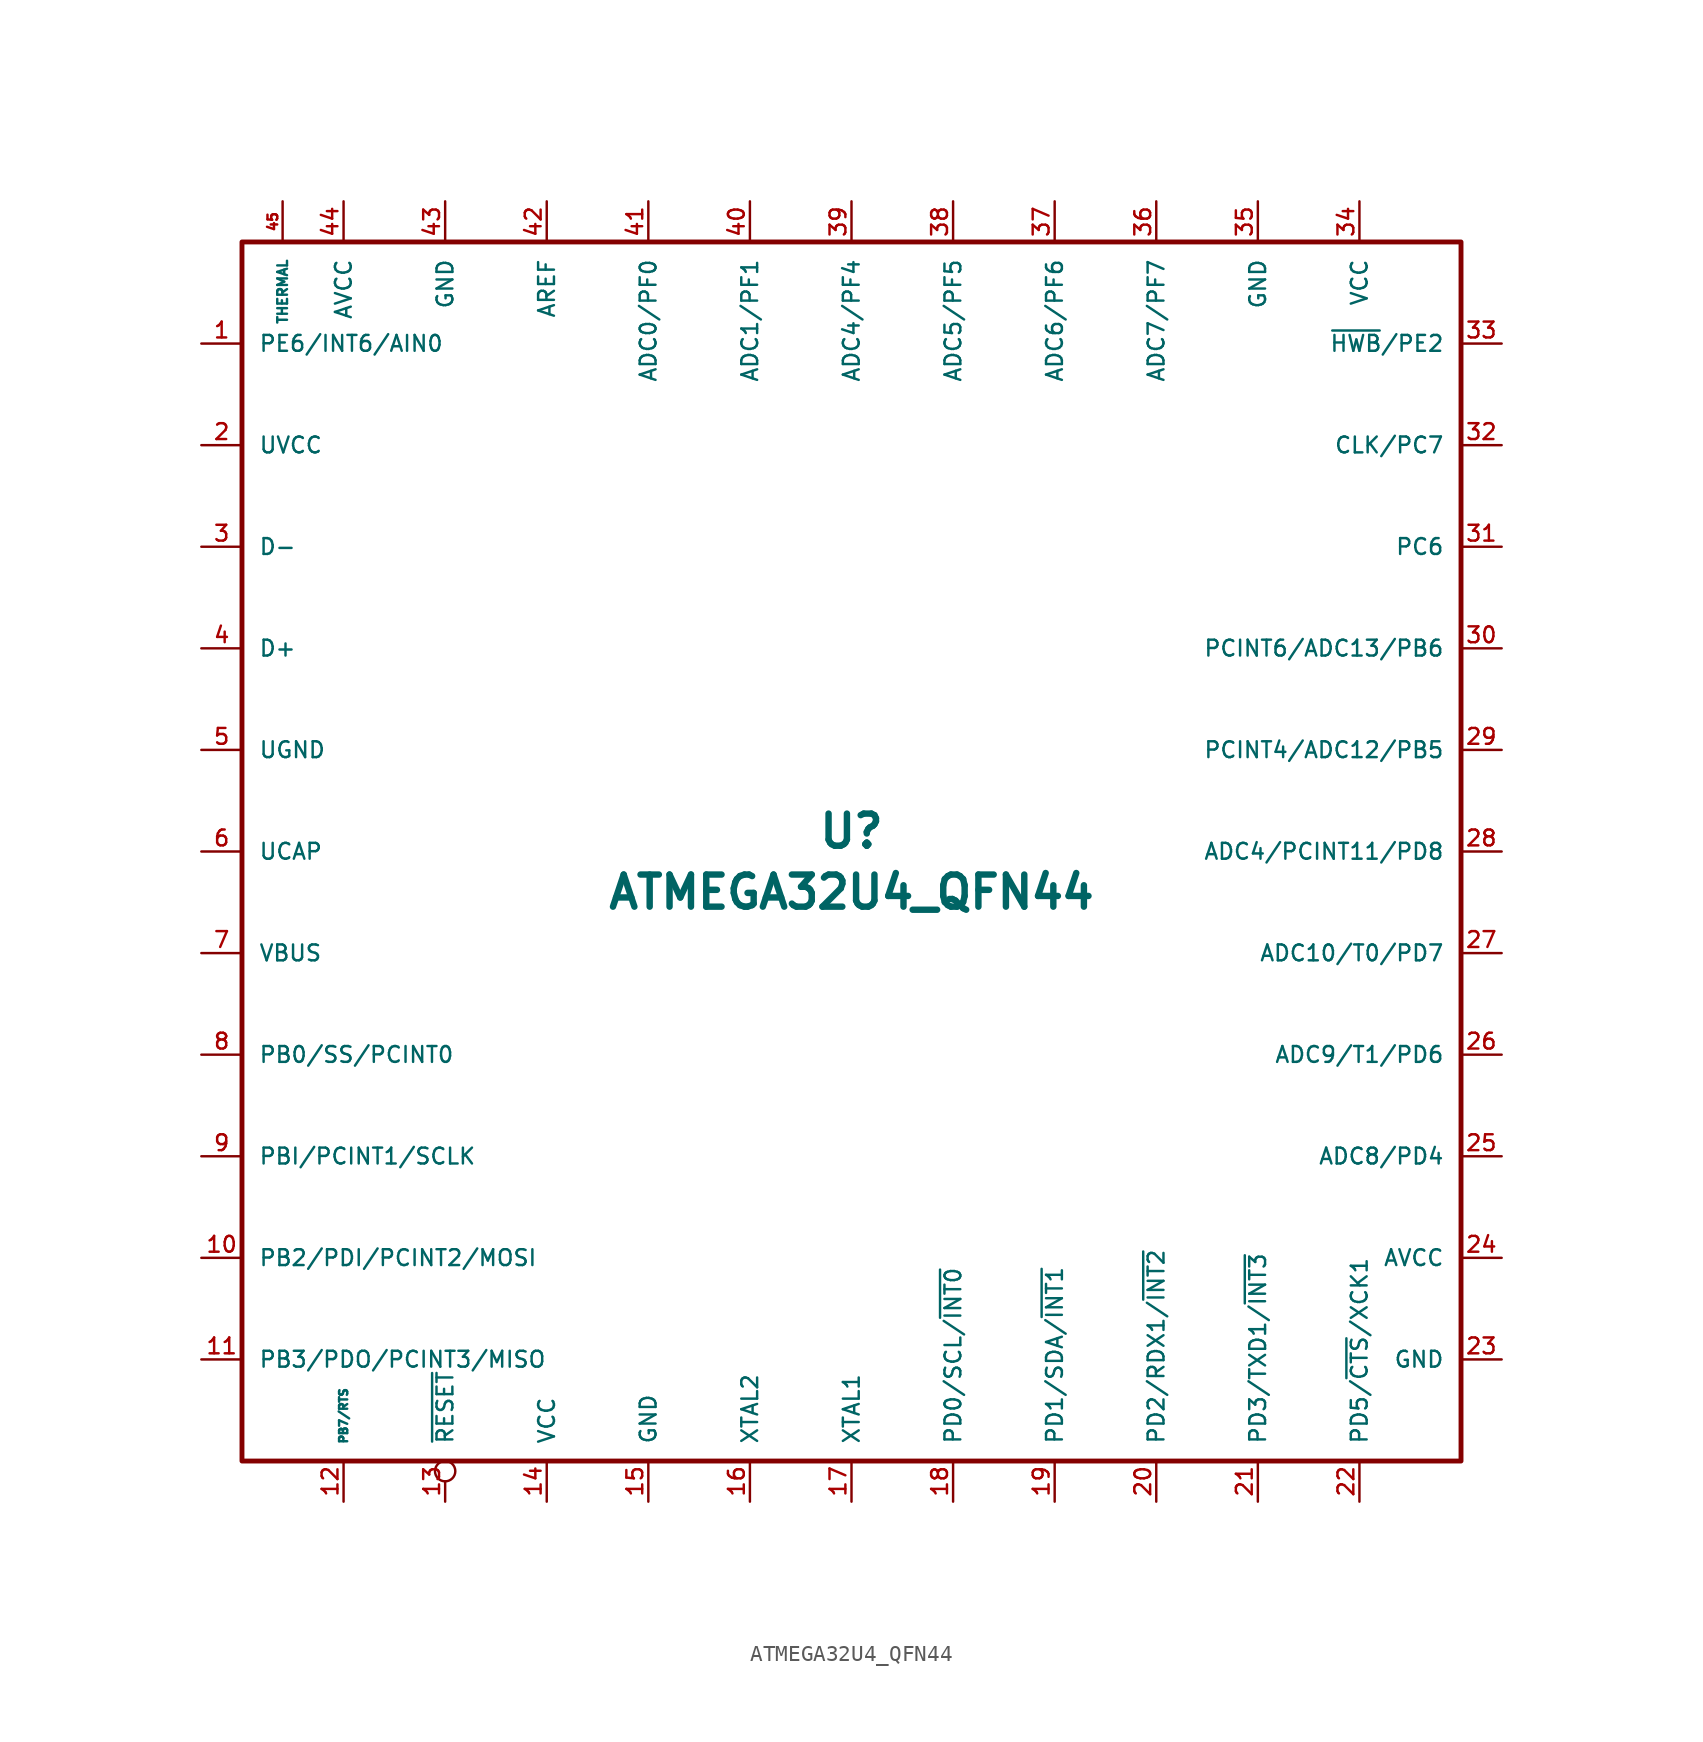
<source format=kicad_sym>
(kicad_symbol_lib
  (version 20211014)
  (generator kicad_symbol_editor)
  (symbol "ATMEGA32U4_QFN44"
    (pin_names
      (offset 1.016))
    (property "Reference" "U"
      (at 0 1.27 0)
      (effects (font (size 2.007 2.007) bold)))
    (property "Value" "ATMEGA32U4_QFN44"
      (at 0 -2.54 0)
      (effects (font (size 2.007 2.007) bold)))
    (symbol "ATMEGA32U4_QFN44_0_1"
      (rectangle (start -38.1 38.1) (end 38.1 -38.1) (stroke (width 0.305) (type default) (color 0 0 0 0)) (fill (type none))))
    (symbol "ATMEGA32U4_QFN44_1_1"
      (pin bidirectional line (at -40.64 31.75 0) (length 2.54) (name "PE6/INT6/AIN0" (effects (font (size 0.991 0.991)))) (number "1" (effects (font (size 0.991 0.991)))))
      (pin bidirectional line (at -40.64 -25.4 0) (length 2.54) (name "PB2/PDI/PCINT2/MOSI" (effects (font (size 0.991 0.991)))) (number "10" (effects (font (size 0.991 0.991)))))
      (pin bidirectional line (at -40.64 -31.75 0) (length 2.54) (name "PB3/PDO/PCINT3/MISO" (effects (font (size 0.991 0.991)))) (number "11" (effects (font (size 0.991 0.991)))))
      (pin bidirectional line (at -31.75 -40.64 90) (length 2.54) (name "PB7/RTS" (effects (font (size 0.508 0.508)))) (number "12" (effects (font (size 0.991 0.991)))))
      (pin input inverted (at -25.4 -40.64 90) (length 2.54) (name "~{RESET}" (effects (font (size 0.991 0.991)))) (number "13" (effects (font (size 0.991 0.991)))))
      (pin power_in line (at -19.05 -40.64 90) (length 2.54) (name "VCC" (effects (font (size 0.991 0.991)))) (number "14" (effects (font (size 0.991 0.991)))))
      (pin power_in line (at -12.7 -40.64 90) (length 2.54) (name "GND" (effects (font (size 0.991 0.991)))) (number "15" (effects (font (size 0.991 0.991)))))
      (pin input line (at -6.35 -40.64 90) (length 2.54) (name "XTAL2" (effects (font (size 0.991 0.991)))) (number "16" (effects (font (size 0.991 0.991)))))
      (pin input line (at 0 -40.64 90) (length 2.54) (name "XTAL1" (effects (font (size 0.991 0.991)))) (number "17" (effects (font (size 0.991 0.991)))))
      (pin bidirectional line (at 6.35 -40.64 90) (length 2.54) (name "PD0/SCL/~{INT0}" (effects (font (size 0.991 0.991)))) (number "18" (effects (font (size 0.991 0.991)))))
      (pin bidirectional line (at 12.7 -40.64 90) (length 2.54) (name "PD1/SDA/~{INT1}" (effects (font (size 0.991 0.991)))) (number "19" (effects (font (size 0.991 0.991)))))
      (pin power_in line (at -40.64 25.4 0) (length 2.54) (name "UVCC" (effects (font (size 0.991 0.991)))) (number "2" (effects (font (size 0.991 0.991)))))
      (pin bidirectional line (at 19.05 -40.64 90) (length 2.54) (name "PD2/RDX1/~{INT2}" (effects (font (size 0.991 0.991)))) (number "20" (effects (font (size 0.991 0.991)))))
      (pin bidirectional line (at 25.4 -40.64 90) (length 2.54) (name "PD3/TXD1/~{INT3}" (effects (font (size 0.991 0.991)))) (number "21" (effects (font (size 0.991 0.991)))))
      (pin bidirectional line (at 31.75 -40.64 90) (length 2.54) (name "PD5/~{CTS}/XCK1" (effects (font (size 0.991 0.991)))) (number "22" (effects (font (size 0.991 0.991)))))
      (pin power_in line (at 40.64 -31.75 180) (length 2.54) (name "GND" (effects (font (size 0.991 0.991)))) (number "23" (effects (font (size 0.991 0.991)))))
      (pin power_in line (at 40.64 -25.4 180) (length 2.54) (name "AVCC" (effects (font (size 0.991 0.991)))) (number "24" (effects (font (size 0.991 0.991)))))
      (pin bidirectional line (at 40.64 -19.05 180) (length 2.54) (name "ADC8/PD4" (effects (font (size 0.991 0.991)))) (number "25" (effects (font (size 0.991 0.991)))))
      (pin bidirectional line (at 40.64 -12.7 180) (length 2.54) (name "ADC9/T1/PD6" (effects (font (size 0.991 0.991)))) (number "26" (effects (font (size 0.991 0.991)))))
      (pin bidirectional line (at 40.64 -6.35 180) (length 2.54) (name "ADC10/T0/PD7" (effects (font (size 0.991 0.991)))) (number "27" (effects (font (size 0.991 0.991)))))
      (pin bidirectional line (at 40.64 0 180) (length 2.54) (name "ADC4/PCINT11/PD8" (effects (font (size 0.991 0.991)))) (number "28" (effects (font (size 0.991 0.991)))))
      (pin bidirectional line (at 40.64 6.35 180) (length 2.54) (name "PCINT4/ADC12/PB5" (effects (font (size 0.991 0.991)))) (number "29" (effects (font (size 0.991 0.991)))))
      (pin bidirectional line (at -40.64 19.05 0) (length 2.54) (name "D-" (effects (font (size 0.991 0.991)))) (number "3" (effects (font (size 0.991 0.991)))))
      (pin bidirectional line (at 40.64 12.7 180) (length 2.54) (name "PCINT6/ADC13/PB6" (effects (font (size 0.991 0.991)))) (number "30" (effects (font (size 0.991 0.991)))))
      (pin bidirectional line (at 40.64 19.05 180) (length 2.54) (name "PC6" (effects (font (size 0.991 0.991)))) (number "31" (effects (font (size 0.991 0.991)))))
      (pin bidirectional line (at 40.64 25.4 180) (length 2.54) (name "CLK/PC7" (effects (font (size 0.991 0.991)))) (number "32" (effects (font (size 0.991 0.991)))))
      (pin bidirectional line (at 40.64 31.75 180) (length 2.54) (name "~{HWB}/PE2" (effects (font (size 0.991 0.991)))) (number "33" (effects (font (size 0.991 0.991)))))
      (pin power_in line (at 31.75 40.64 270) (length 2.54) (name "VCC" (effects (font (size 0.991 0.991)))) (number "34" (effects (font (size 0.991 0.991)))))
      (pin power_in line (at 25.4 40.64 270) (length 2.54) (name "GND" (effects (font (size 0.991 0.991)))) (number "35" (effects (font (size 0.991 0.991)))))
      (pin bidirectional line (at 19.05 40.64 270) (length 2.54) (name "ADC7/PF7" (effects (font (size 0.991 0.991)))) (number "36" (effects (font (size 0.991 0.991)))))
      (pin bidirectional line (at 12.7 40.64 270) (length 2.54) (name "ADC6/PF6" (effects (font (size 0.991 0.991)))) (number "37" (effects (font (size 0.991 0.991)))))
      (pin bidirectional line (at 6.35 40.64 270) (length 2.54) (name "ADC5/PF5" (effects (font (size 0.991 0.991)))) (number "38" (effects (font (size 0.991 0.991)))))
      (pin bidirectional line (at 0 40.64 270) (length 2.54) (name "ADC4/PF4" (effects (font (size 0.991 0.991)))) (number "39" (effects (font (size 0.991 0.991)))))
      (pin bidirectional line (at -40.64 12.7 0) (length 2.54) (name "D+" (effects (font (size 0.991 0.991)))) (number "4" (effects (font (size 0.991 0.991)))))
      (pin bidirectional line (at -6.35 40.64 270) (length 2.54) (name "ADC1/PF1" (effects (font (size 0.991 0.991)))) (number "40" (effects (font (size 0.991 0.991)))))
      (pin bidirectional line (at -12.7 40.64 270) (length 2.54) (name "ADC0/PF0" (effects (font (size 0.991 0.991)))) (number "41" (effects (font (size 0.991 0.991)))))
      (pin input line (at -19.05 40.64 270) (length 2.54) (name "AREF" (effects (font (size 0.991 0.991)))) (number "42" (effects (font (size 0.991 0.991)))))
      (pin power_in line (at -25.4 40.64 270) (length 2.54) (name "GND" (effects (font (size 0.991 0.991)))) (number "43" (effects (font (size 0.991 0.991)))))
      (pin power_in line (at -31.75 40.64 270) (length 2.54) (name "AVCC" (effects (font (size 0.991 0.991)))) (number "44" (effects (font (size 0.991 0.991)))))
      (pin input line (at -35.56 40.64 270) (length 2.54) (name "THERMAL" (effects (font (size 0.61 0.61)))) (number "45" (effects (font (size 0.61 0.61)))))
      (pin power_in line (at -40.64 6.35 0) (length 2.54) (name "UGND" (effects (font (size 0.991 0.991)))) (number "5" (effects (font (size 0.991 0.991)))))
      (pin input line (at -40.64 0 0) (length 2.54) (name "UCAP" (effects (font (size 0.991 0.991)))) (number "6" (effects (font (size 0.991 0.991)))))
      (pin power_in line (at -40.64 -6.35 0) (length 2.54) (name "VBUS" (effects (font (size 0.991 0.991)))) (number "7" (effects (font (size 0.991 0.991)))))
      (pin bidirectional line (at -40.64 -12.7 0) (length 2.54) (name "PB0/SS/PCINT0" (effects (font (size 0.991 0.991)))) (number "8" (effects (font (size 0.991 0.991)))))
      (pin bidirectional line (at -40.64 -19.05 0) (length 2.54) (name "PBI/PCINT1/SCLK" (effects (font (size 0.991 0.991)))) (number "9" (effects (font (size 0.991 0.991))))))))
</source>
